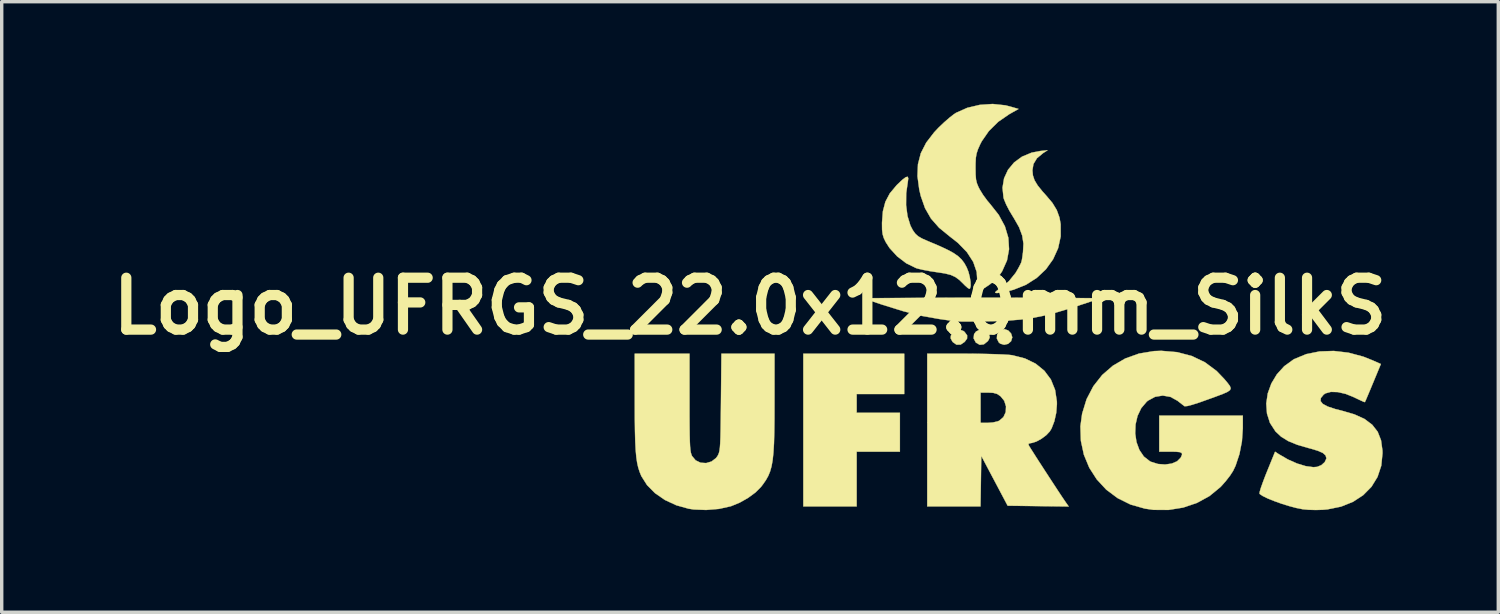
<source format=kicad_pcb>
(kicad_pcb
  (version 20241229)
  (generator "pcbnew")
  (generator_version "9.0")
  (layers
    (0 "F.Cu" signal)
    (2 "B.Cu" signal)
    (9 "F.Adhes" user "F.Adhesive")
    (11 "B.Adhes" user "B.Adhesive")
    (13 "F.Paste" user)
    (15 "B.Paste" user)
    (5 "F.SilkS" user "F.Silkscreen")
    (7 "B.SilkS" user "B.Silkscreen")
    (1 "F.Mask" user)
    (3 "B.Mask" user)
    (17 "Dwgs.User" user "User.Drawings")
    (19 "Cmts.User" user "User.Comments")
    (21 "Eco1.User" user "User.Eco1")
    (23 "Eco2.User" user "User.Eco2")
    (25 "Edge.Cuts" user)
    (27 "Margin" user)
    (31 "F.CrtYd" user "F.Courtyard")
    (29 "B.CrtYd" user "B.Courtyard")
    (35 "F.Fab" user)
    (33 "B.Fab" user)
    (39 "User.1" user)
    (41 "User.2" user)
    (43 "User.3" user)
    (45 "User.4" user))
  (footprint "Logo_UFRGS_22.0x12.0mm_SilkS"
    (layer "F.Cu")
    (at 25.843 5.944)
    (property "Reference" "Logo_UFRGS_22.0x12.0mm_SilkS" (at -6.858 0 0) (layer "F.SilkS") (effects (font (size 1.524 1.524) (thickness 0.3))))
    (attr exclude_from_pos_files exclude_from_bom)
    (fp_poly (pts (xy -2.328 2.582) (xy -3.725 2.582) (xy -3.725 3.133) (xy -2.455 3.133) (xy -2.455 4.276) (xy -3.725 4.276) (xy -3.725 5.884) (xy -5.292 5.884) (xy -5.292 1.397) (xy -2.328 1.397) (xy -2.328 2.582)) (stroke (width 0.01) (type solid)) (fill yes) (layer "F.SilkS"))
    (fp_poly (pts (xy -0.587 0.731) (xy -0.553 0.759) (xy -0.479 0.86) (xy -0.481 0.952) (xy -0.552 1.05) (xy -0.67 1.13) (xy -0.792 1.132) (xy -0.898 1.058) (xy -0.917 1.032) (xy -0.964 0.944) (xy -0.958 0.872) (xy -0.927 0.81) (xy -0.832 0.712) (xy -0.71 0.685) (xy -0.587 0.731)) (stroke (width 0.01) (type solid)) (fill yes) (layer "F.SilkS"))
    (fp_poly (pts (xy 0.027 0.693) (xy 0.133 0.784) (xy 0.162 0.832) (xy 0.186 0.91) (xy 0.155 0.989) (xy 0.123 1.033) (xy 0.012 1.122) (xy -0.108 1.136) (xy -0.219 1.073) (xy -0.226 1.066) (xy -0.289 0.945) (xy -0.275 0.822) (xy -0.219 0.747) (xy -0.095 0.68) (xy 0.027 0.693)) (stroke (width 0.01) (type solid)) (fill yes) (layer "F.SilkS"))
    (fp_poly (pts (xy 0.727 0.714) (xy 0.812 0.804) (xy 0.847 0.917) (xy 0.847 0.918) (xy 0.811 1.032) (xy 0.723 1.108) (xy 0.609 1.135) (xy 0.496 1.103) (xy 0.451 1.066) (xy 0.393 0.949) (xy 0.403 0.83) (xy 0.47 0.732) (xy 0.584 0.68) (xy 0.621 0.677) (xy 0.727 0.714)) (stroke (width 0.01) (type solid)) (fill yes) (layer "F.SilkS"))
    (fp_poly (pts (xy 0.363 -0.248) (xy 0.919 -0.247) (xy 1.431 -0.245) (xy 1.699 -0.244) (xy 3.441 -0.233) (xy 2.917 -0.057) (xy 2.477 0.086) (xy 2.094 0.2) (xy 1.749 0.286) (xy 1.42 0.35) (xy 1.088 0.395) (xy 0.733 0.424) (xy 0.333 0.441) (xy 0.085 0.446) (xy -0.181 0.45) (xy -0.42 0.452) (xy -0.619 0.452) (xy -0.764 0.45) (xy -0.84 0.447) (xy -0.847 0.446) (xy -0.915 0.434) (xy -1.045 0.414) (xy -1.212 0.39) (xy -1.291 0.379) (xy -1.794 0.29) (xy -2.348 0.151) (xy -2.961 -0.039) (xy -3.006 -0.054) (xy -3.535 -0.233) (xy -1.789 -0.244) (xy -1.313 -0.246) (xy -0.779 -0.248) (xy -0.212 -0.248) (xy 0.363 -0.248)) (stroke (width 0.01) (type solid)) (fill yes) (layer "F.SilkS"))
    (fp_poly (pts (xy 1.753 -4.496) (xy 1.572 -4.346) (xy 1.469 -4.176) (xy 1.439 -3.993) (xy 1.453 -3.841) (xy 1.501 -3.698) (xy 1.592 -3.547) (xy 1.735 -3.369) (xy 1.832 -3.262) (xy 2.025 -3.034) (xy 2.154 -2.822) (xy 2.233 -2.604) (xy 2.268 -2.41) (xy 2.269 -2.048) (xy 2.193 -1.701) (xy 2.046 -1.377) (xy 1.836 -1.084) (xy 1.568 -0.832) (xy 1.251 -0.629) (xy 0.89 -0.484) (xy 0.725 -0.442) (xy 0.522 -0.402) (xy 0.397 -0.384) (xy 0.344 -0.392) (xy 0.36 -0.427) (xy 0.439 -0.49) (xy 0.491 -0.526) (xy 0.749 -0.734) (xy 0.945 -0.977) (xy 1.027 -1.117) (xy 1.077 -1.213) (xy 1.108 -1.278) (xy 1.126 -1.341) (xy 1.141 -1.428) (xy 1.16 -1.57) (xy 1.162 -1.582) (xy 1.176 -1.835) (xy 1.139 -2.073) (xy 1.047 -2.318) (xy 0.892 -2.59) (xy 0.868 -2.628) (xy 0.761 -2.806) (xy 0.668 -2.986) (xy 0.605 -3.137) (xy 0.59 -3.186) (xy 0.56 -3.478) (xy 0.606 -3.755) (xy 0.722 -4.006) (xy 0.901 -4.221) (xy 1.134 -4.392) (xy 1.415 -4.509) (xy 1.662 -4.557) (xy 1.884 -4.58) (xy 1.753 -4.496)) (stroke (width 0.01) (type solid)) (fill yes) (layer "F.SilkS"))
    (fp_poly (pts (xy -2.209 -3.756) (xy -2.219 -3.672) (xy -2.27 -3.315) (xy -2.273 -2.966) (xy -2.231 -2.645) (xy -2.146 -2.368) (xy -2.074 -2.229) (xy -2.002 -2.129) (xy -1.92 -2.054) (xy -1.804 -1.986) (xy -1.632 -1.91) (xy -1.624 -1.907) (xy -1.313 -1.776) (xy -1.072 -1.664) (xy -0.887 -1.565) (xy -0.747 -1.469) (xy -0.642 -1.37) (xy -0.559 -1.259) (xy -0.493 -1.139) (xy -0.44 -1.006) (xy -0.402 -0.856) (xy -0.379 -0.711) (xy -0.376 -0.591) (xy -0.395 -0.519) (xy -0.415 -0.508) (xy -0.463 -0.536) (xy -0.543 -0.607) (xy -0.574 -0.639) (xy -0.706 -0.768) (xy -0.827 -0.857) (xy -0.962 -0.918) (xy -1.134 -0.961) (xy -1.367 -0.997) (xy -1.573 -1.028) (xy -1.768 -1.065) (xy -1.924 -1.101) (xy -1.982 -1.119) (xy -2.268 -1.259) (xy -2.535 -1.463) (xy -2.759 -1.708) (xy -2.872 -1.884) (xy -2.929 -2.003) (xy -2.962 -2.114) (xy -2.978 -2.245) (xy -2.98 -2.427) (xy -2.98 -2.455) (xy -2.954 -2.788) (xy -2.881 -3.066) (xy -2.752 -3.311) (xy -2.558 -3.544) (xy -2.537 -3.566) (xy -2.387 -3.709) (xy -2.285 -3.787) (xy -2.227 -3.802) (xy -2.209 -3.756)) (stroke (width 0.01) (type solid)) (fill yes) (layer "F.SilkS"))
    (fp_poly (pts (xy 0.643 -5.9) (xy 0.781 -5.865) (xy 1.031 -5.793) (xy 0.759 -5.64) (xy 0.435 -5.417) (xy 0.16 -5.146) (xy -0.051 -4.842) (xy -0.097 -4.753) (xy -0.162 -4.606) (xy -0.202 -4.484) (xy -0.224 -4.357) (xy -0.232 -4.193) (xy -0.233 -4.064) (xy -0.23 -3.865) (xy -0.219 -3.724) (xy -0.193 -3.613) (xy -0.149 -3.505) (xy -0.113 -3.434) (xy -0.012 -3.269) (xy 0.115 -3.096) (xy 0.188 -3.011) (xy 0.448 -2.682) (xy 0.63 -2.346) (xy 0.731 -2.008) (xy 0.752 -1.672) (xy 0.692 -1.344) (xy 0.551 -1.028) (xy 0.454 -0.883) (xy 0.35 -0.771) (xy 0.201 -0.649) (xy 0.042 -0.54) (xy -0.092 -0.471) (xy -0.148 -0.453) (xy -0.177 -0.465) (xy -0.186 -0.522) (xy -0.181 -0.643) (xy -0.178 -0.692) (xy -0.198 -1.003) (xy -0.3 -1.3) (xy -0.484 -1.585) (xy -0.75 -1.859) (xy -0.992 -2.049) (xy -1.303 -2.303) (xy -1.541 -2.573) (xy -1.716 -2.878) (xy -1.841 -3.234) (xy -1.886 -3.426) (xy -1.938 -3.817) (xy -1.924 -4.169) (xy -1.84 -4.493) (xy -1.682 -4.802) (xy -1.447 -5.108) (xy -1.312 -5.251) (xy -1.157 -5.398) (xy -1 -5.535) (xy -0.864 -5.641) (xy -0.804 -5.68) (xy -0.476 -5.826) (xy -0.109 -5.913) (xy 0.272 -5.939) (xy 0.643 -5.9)) (stroke (width 0.01) (type solid)) (fill yes) (layer "F.SilkS"))
    (fp_poly (pts (xy -0.54 1.397) (xy -0.224 1.399) (xy 0.078 1.404) (xy 0.353 1.412) (xy 0.586 1.421) (xy 0.76 1.432) (xy 0.847 1.442) (xy 1.219 1.537) (xy 1.535 1.691) (xy 1.79 1.899) (xy 1.982 2.157) (xy 2.105 2.461) (xy 2.157 2.806) (xy 2.158 2.881) (xy 2.138 3.134) (xy 2.083 3.381) (xy 2.002 3.592) (xy 1.949 3.681) (xy 1.844 3.792) (xy 1.703 3.897) (xy 1.553 3.979) (xy 1.424 4.02) (xy 1.399 4.022) (xy 1.329 4.04) (xy 1.325 4.077) (xy 1.352 4.126) (xy 1.419 4.232) (xy 1.516 4.385) (xy 1.635 4.571) (xy 1.77 4.779) (xy 1.911 4.996) (xy 2.051 5.21) (xy 2.181 5.409) (xy 2.295 5.581) (xy 2.383 5.712) (xy 2.422 5.769) (xy 2.505 5.886) (xy 1.608 5.875) (xy 0.711 5.863) (xy -0.064 4.399) (xy -0.075 5.142) (xy -0.087 5.884) (xy -1.651 5.884) (xy -1.651 2.54) (xy -0.085 2.54) (xy -0.085 3.429) (xy 0.129 3.429) (xy 0.281 3.417) (xy 0.418 3.385) (xy 0.462 3.367) (xy 0.587 3.26) (xy 0.655 3.112) (xy 0.663 2.945) (xy 0.611 2.781) (xy 0.503 2.648) (xy 0.401 2.579) (xy 0.285 2.547) (xy 0.145 2.54) (xy -0.085 2.54) (xy -1.651 2.54) (xy -1.651 1.397) (xy -0.54 1.397)) (stroke (width 0.01) (type solid)) (fill yes) (layer "F.SilkS"))
    (fp_poly (pts (xy -8.636 2.826) (xy -8.636 3.217) (xy -8.634 3.533) (xy -8.631 3.783) (xy -8.626 3.976) (xy -8.619 4.121) (xy -8.609 4.227) (xy -8.596 4.305) (xy -8.579 4.362) (xy -8.562 4.403) (xy -8.456 4.53) (xy -8.311 4.6) (xy -8.148 4.611) (xy -7.989 4.565) (xy -7.855 4.461) (xy -7.812 4.402) (xy -7.789 4.358) (xy -7.77 4.308) (xy -7.755 4.243) (xy -7.743 4.153) (xy -7.734 4.029) (xy -7.727 3.862) (xy -7.722 3.643) (xy -7.718 3.361) (xy -7.714 3.009) (xy -7.712 2.826) (xy -7.698 1.397) (xy -6.138 1.397) (xy -6.139 2.847) (xy -6.14 3.314) (xy -6.145 3.706) (xy -6.154 4.031) (xy -6.17 4.3) (xy -6.193 4.521) (xy -6.225 4.703) (xy -6.268 4.856) (xy -6.323 4.99) (xy -6.392 5.112) (xy -6.476 5.233) (xy -6.534 5.309) (xy -6.697 5.473) (xy -6.916 5.634) (xy -7.164 5.774) (xy -7.415 5.877) (xy -7.43 5.881) (xy -7.772 5.957) (xy -8.146 5.988) (xy -8.511 5.974) (xy -8.662 5.951) (xy -9.024 5.85) (xy -9.358 5.695) (xy -9.649 5.494) (xy -9.884 5.257) (xy -10.051 4.993) (xy -10.054 4.986) (xy -10.102 4.868) (xy -10.142 4.743) (xy -10.174 4.601) (xy -10.199 4.432) (xy -10.217 4.227) (xy -10.23 3.977) (xy -10.238 3.671) (xy -10.243 3.301) (xy -10.244 2.857) (xy -10.244 2.805) (xy -10.245 1.397) (xy -8.636 1.397) (xy -8.636 2.826)) (stroke (width 0.01) (type solid)) (fill yes) (layer "F.SilkS"))
    (fp_poly (pts (xy 5.69 1.352) (xy 6.118 1.464) (xy 6.506 1.649) (xy 6.849 1.904) (xy 7.078 2.143) (xy 7.175 2.259) (xy 7.239 2.345) (xy 7.265 2.411) (xy 7.244 2.466) (xy 7.171 2.518) (xy 7.038 2.577) (xy 6.84 2.652) (xy 6.636 2.726) (xy 6.351 2.828) (xy 6.132 2.898) (xy 5.984 2.936) (xy 5.909 2.94) (xy 5.904 2.938) (xy 5.84 2.889) (xy 5.741 2.812) (xy 5.703 2.781) (xy 5.494 2.666) (xy 5.268 2.627) (xy 5.042 2.664) (xy 4.833 2.777) (xy 4.797 2.807) (xy 4.636 2.996) (xy 4.527 3.225) (xy 4.468 3.478) (xy 4.458 3.739) (xy 4.496 3.994) (xy 4.581 4.225) (xy 4.712 4.418) (xy 4.888 4.556) (xy 4.924 4.574) (xy 5.126 4.637) (xy 5.335 4.653) (xy 5.53 4.626) (xy 5.69 4.558) (xy 5.795 4.453) (xy 5.798 4.447) (xy 5.834 4.367) (xy 5.828 4.316) (xy 5.769 4.289) (xy 5.646 4.277) (xy 5.503 4.276) (xy 5.165 4.276) (xy 5.165 3.217) (xy 7.62 3.217) (xy 7.62 3.592) (xy 7.594 3.971) (xy 7.521 4.346) (xy 7.408 4.686) (xy 7.335 4.839) (xy 7.247 4.976) (xy 7.121 5.138) (xy 6.982 5.295) (xy 6.958 5.319) (xy 6.64 5.58) (xy 6.272 5.781) (xy 5.867 5.918) (xy 5.437 5.987) (xy 4.997 5.985) (xy 4.745 5.949) (xy 4.322 5.829) (xy 3.941 5.64) (xy 3.609 5.392) (xy 3.33 5.091) (xy 3.109 4.747) (xy 2.951 4.366) (xy 2.863 3.958) (xy 2.849 3.53) (xy 2.899 3.161) (xy 3.03 2.734) (xy 3.229 2.353) (xy 3.488 2.023) (xy 3.803 1.75) (xy 4.165 1.539) (xy 4.57 1.394) (xy 5.011 1.321) (xy 5.226 1.313) (xy 5.69 1.352)) (stroke (width 0.01) (type solid)) (fill yes) (layer "F.SilkS"))
    (fp_poly (pts (xy 10.726 1.368) (xy 11.16 1.484) (xy 11.429 1.591) (xy 11.676 1.701) (xy 11.446 2.256) (xy 11.363 2.455) (xy 11.292 2.624) (xy 11.239 2.749) (xy 11.209 2.814) (xy 11.206 2.821) (xy 11.166 2.808) (xy 11.07 2.765) (xy 10.935 2.701) (xy 10.891 2.679) (xy 10.645 2.579) (xy 10.412 2.525) (xy 10.208 2.519) (xy 10.049 2.562) (xy 9.995 2.599) (xy 9.913 2.699) (xy 9.904 2.789) (xy 9.969 2.872) (xy 10.112 2.949) (xy 10.335 3.023) (xy 10.522 3.07) (xy 10.897 3.179) (xy 11.196 3.315) (xy 11.422 3.485) (xy 11.583 3.692) (xy 11.681 3.942) (xy 11.722 4.24) (xy 11.724 4.321) (xy 11.688 4.686) (xy 11.578 5.017) (xy 11.399 5.308) (xy 11.157 5.553) (xy 10.857 5.749) (xy 10.505 5.89) (xy 10.105 5.971) (xy 9.97 5.983) (xy 9.765 5.989) (xy 9.552 5.983) (xy 9.378 5.967) (xy 9.377 5.966) (xy 9.19 5.929) (xy 8.976 5.872) (xy 8.754 5.803) (xy 8.54 5.726) (xy 8.351 5.65) (xy 8.206 5.579) (xy 8.12 5.521) (xy 8.11 5.508) (xy 8.116 5.456) (xy 8.15 5.341) (xy 8.208 5.177) (xy 8.283 4.979) (xy 8.326 4.872) (xy 8.568 4.277) (xy 8.676 4.348) (xy 8.944 4.504) (xy 9.215 4.624) (xy 9.47 4.701) (xy 9.692 4.731) (xy 9.804 4.722) (xy 9.928 4.671) (xy 10.027 4.582) (xy 10.074 4.48) (xy 10.075 4.465) (xy 10.051 4.384) (xy 9.973 4.315) (xy 9.831 4.251) (xy 9.616 4.186) (xy 9.564 4.173) (xy 9.224 4.075) (xy 8.956 3.965) (xy 8.746 3.836) (xy 8.58 3.681) (xy 8.576 3.675) (xy 8.417 3.429) (xy 8.33 3.154) (xy 8.309 2.861) (xy 8.353 2.564) (xy 8.458 2.274) (xy 8.62 2.004) (xy 8.836 1.766) (xy 9.104 1.571) (xy 9.136 1.553) (xy 9.486 1.409) (xy 9.876 1.331) (xy 10.293 1.317) (xy 10.726 1.368)) (stroke (width 0.01) (type solid)) (fill yes) (layer "F.SilkS")))
  (gr_rect
    (start -3 -3)
    (end 40.969 14.938)
    (stroke (width 0.1) (type default))
    (fill no)
    (layer "Edge.Cuts")))
</source>
